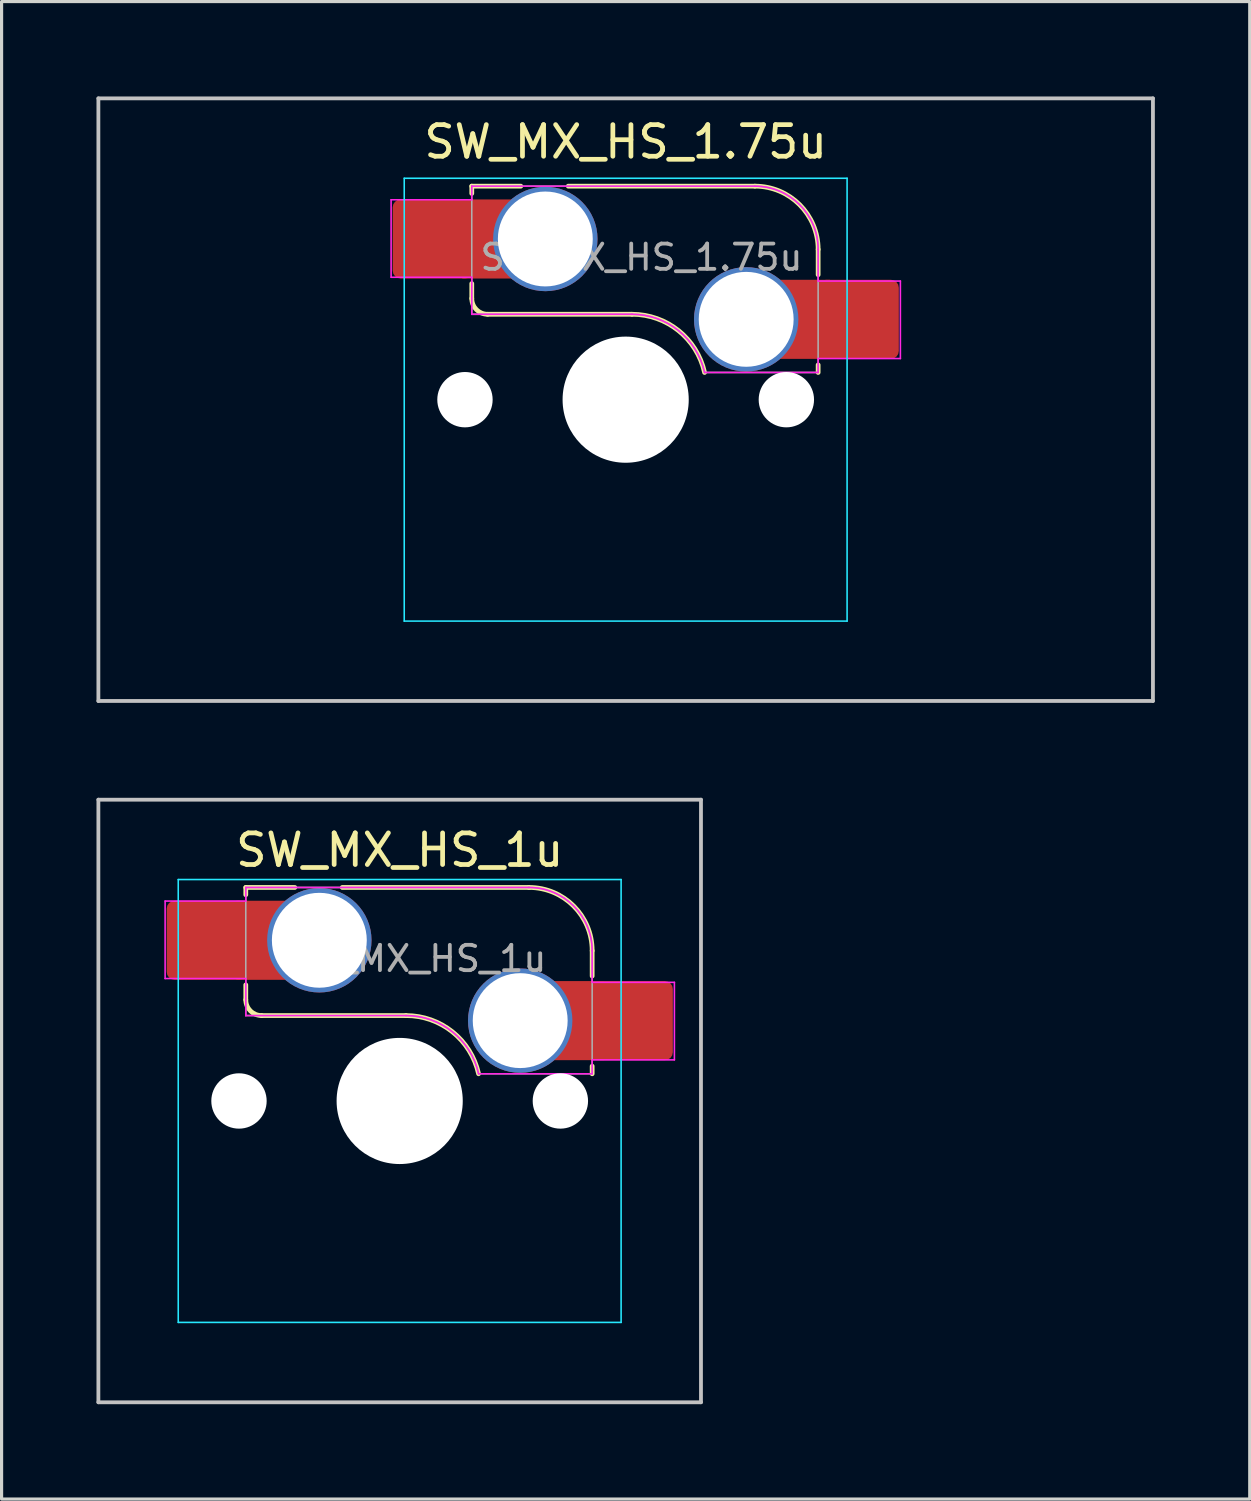
<source format=kicad_pcb>
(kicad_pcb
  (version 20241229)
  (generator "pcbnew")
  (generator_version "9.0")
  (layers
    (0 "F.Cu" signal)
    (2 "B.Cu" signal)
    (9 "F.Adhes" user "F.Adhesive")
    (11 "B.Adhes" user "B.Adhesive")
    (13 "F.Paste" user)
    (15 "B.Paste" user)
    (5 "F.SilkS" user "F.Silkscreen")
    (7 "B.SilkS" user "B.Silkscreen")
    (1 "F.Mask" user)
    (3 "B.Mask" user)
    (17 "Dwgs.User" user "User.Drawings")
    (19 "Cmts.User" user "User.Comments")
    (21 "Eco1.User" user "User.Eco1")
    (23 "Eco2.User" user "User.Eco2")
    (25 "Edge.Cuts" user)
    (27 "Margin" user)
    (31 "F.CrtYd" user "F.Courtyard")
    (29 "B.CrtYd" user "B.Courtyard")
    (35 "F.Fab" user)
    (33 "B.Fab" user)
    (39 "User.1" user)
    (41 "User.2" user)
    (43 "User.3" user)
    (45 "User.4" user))
  (footprint "SW_MX_HS_1.75u"
    (layer "F.Cu")
    (at 16.729 9.585)
    (property "Reference" "SW_MX_HS_1.75u" (at 0 -8.15 0) (layer "F.SilkS") (effects (font (size 1 1) (thickness 0.15))))
    (attr smd)
    (fp_line (start -4.865 -6.75) (end -4.865 -6.52) (stroke (width 0.15) (type solid)) (layer "F.SilkS"))
    (fp_line (start -4.865 -3.67) (end -4.865 -3.2) (stroke (width 0.15) (type solid)) (layer "F.SilkS"))
    (fp_line (start -4.365 -2.7) (end 0.2 -2.7) (stroke (width 0.15) (type solid)) (layer "F.SilkS"))
    (fp_line (start -3.315 -6.75) (end -4.865 -6.75) (stroke (width 0.15) (type solid)) (layer "F.SilkS"))
    (fp_line (start 4.085 -6.75) (end -1.815 -6.75) (stroke (width 0.15) (type solid)) (layer "F.SilkS"))
    (fp_line (start 6.085 -3.95) (end 6.085 -4.75) (stroke (width 0.15) (type solid)) (layer "F.SilkS"))
    (fp_line (start 6.085 -1.1) (end 6.085 -0.86) (stroke (width 0.15) (type solid)) (layer "F.SilkS"))
    (fp_arc (start -4.364824 -2.70022) (mid -4.718377 -2.846667) (end -4.864824 -3.20022) (stroke (width 0.15) (type solid)) (layer "F.SilkS"))
    (fp_arc (start 0.2 -2.70022) (mid 1.670693 -2.183637) (end 2.494322 -0.86022) (stroke (width 0.15) (type solid)) (layer "F.SilkS"))
    (fp_arc (start 4.085176 -6.75022) (mid 5.49939 -6.164434) (end 6.085176 -4.75022) (stroke (width 0.15) (type solid)) (layer "F.SilkS"))
    (fp_line (start -16.669 -9.525) (end 16.669 -9.525) (stroke (width 0.12) (type solid)) (layer "Dwgs.User"))
    (fp_line (start -16.669 9.525) (end -16.669 -9.525) (stroke (width 0.12) (type solid)) (layer "Dwgs.User"))
    (fp_line (start 16.669 -9.525) (end 16.669 9.525) (stroke (width 0.12) (type solid)) (layer "Dwgs.User"))
    (fp_line (start 16.669 9.525) (end -16.669 9.525) (stroke (width 0.12) (type solid)) (layer "Dwgs.User"))
    (fp_line (start -7 -6.5) (end -7 6.5) (stroke (width 0.05) (type solid)) (layer "Eco2.User"))
    (fp_line (start -6.5 7) (end 6.5 7) (stroke (width 0.05) (type solid)) (layer "Eco2.User"))
    (fp_line (start 6.5 -7) (end -6.5 -7) (stroke (width 0.05) (type solid)) (layer "Eco2.User"))
    (fp_line (start 7 6.5) (end 7 -6.5) (stroke (width 0.05) (type solid)) (layer "Eco2.User"))
    (fp_arc (start -7 -6.5) (mid -6.853553 -6.853553) (end -6.5 -7) (stroke (width 0.05) (type solid)) (layer "Eco2.User"))
    (fp_arc (start -6.497236 6.998884) (mid -6.850789 6.852437) (end -6.997236 6.498884) (stroke (width 0.05) (type solid)) (layer "Eco2.User"))
    (fp_arc (start 6.5 -7) (mid 6.853553 -6.853553) (end 7 -6.5) (stroke (width 0.05) (type solid)) (layer "Eco2.User"))
    (fp_arc (start 7 6.5) (mid 6.853553 6.853553) (end 6.5 7) (stroke (width 0.05) (type solid)) (layer "Eco2.User"))
    (fp_line (start -7 -7) (end 7 -7) (stroke (width 0.05) (type solid)) (layer "B.CrtYd"))
    (fp_line (start -7 7) (end -7 -7) (stroke (width 0.05) (type solid)) (layer "B.CrtYd"))
    (fp_line (start 7 -7) (end 7 7) (stroke (width 0.05) (type solid)) (layer "B.CrtYd"))
    (fp_line (start 7 7) (end -7 7) (stroke (width 0.05) (type solid)) (layer "B.CrtYd"))
    (fp_line (start -7.415 -6.32) (end -4.865 -6.32) (stroke (width 0.05) (type solid)) (layer "F.CrtYd"))
    (fp_line (start -7.415 -3.87) (end -7.415 -6.32) (stroke (width 0.05) (type solid)) (layer "F.CrtYd"))
    (fp_line (start -4.865 -6.75) (end -4.865 -6.32) (stroke (width 0.05) (type solid)) (layer "F.CrtYd"))
    (fp_line (start -4.865 -3.87) (end -7.415 -3.87) (stroke (width 0.05) (type solid)) (layer "F.CrtYd"))
    (fp_line (start -4.865 -3.87) (end -4.865 -2.7) (stroke (width 0.05) (type solid)) (layer "F.CrtYd"))
    (fp_line (start -4.865 -2.7) (end 0.2 -2.7) (stroke (width 0.05) (type solid)) (layer "F.CrtYd"))
    (fp_line (start 4.085 -6.75) (end -4.865 -6.75) (stroke (width 0.05) (type solid)) (layer "F.CrtYd"))
    (fp_line (start 6.085 -3.75) (end 6.085 -4.75) (stroke (width 0.05) (type solid)) (layer "F.CrtYd"))
    (fp_line (start 6.085 -3.75) (end 8.685 -3.75) (stroke (width 0.05) (type solid)) (layer "F.CrtYd"))
    (fp_line (start 6.085 -1.3) (end 6.085 -0.86) (stroke (width 0.05) (type solid)) (layer "F.CrtYd"))
    (fp_line (start 6.085 -0.86) (end 2.494 -0.86) (stroke (width 0.05) (type solid)) (layer "F.CrtYd"))
    (fp_line (start 8.685 -3.75) (end 8.685 -1.3) (stroke (width 0.05) (type solid)) (layer "F.CrtYd"))
    (fp_line (start 8.685 -1.3) (end 6.085 -1.3) (stroke (width 0.05) (type solid)) (layer "F.CrtYd"))
    (fp_arc (start 0.2 -2.70022) (mid 1.670503 -2.183399) (end 2.494322 -0.86022) (stroke (width 0.05) (type solid)) (layer "F.CrtYd"))
    (fp_arc (start 4.085176 -6.75022) (mid 5.49939 -6.164434) (end 6.085176 -4.75022) (stroke (width 0.05) (type solid)) (layer "F.CrtYd"))
    (fp_line (start -4.865 -6.75) (end -4.865 -2.7) (stroke (width 0.05) (type solid)) (layer "F.Fab"))
    (fp_line (start -4.865 -2.7) (end 0.2 -2.7) (stroke (width 0.05) (type solid)) (layer "F.Fab"))
    (fp_line (start 4.085 -6.75) (end -4.865 -6.75) (stroke (width 0.05) (type solid)) (layer "F.Fab"))
    (fp_line (start 6.085 -0.86) (end 2.494 -0.86) (stroke (width 0.05) (type solid)) (layer "F.Fab"))
    (fp_line (start 6.085 -0.86) (end 6.085 -4.75) (stroke (width 0.05) (type solid)) (layer "F.Fab"))
    (fp_arc (start 0.2 -2.70022) (mid 1.670503 -2.183399) (end 2.494322 -0.86022) (stroke (width 0.05) (type solid)) (layer "F.Fab"))
    (fp_arc (start 4.085176 -6.75022) (mid 5.49939 -6.164434) (end 6.085176 -4.75022) (stroke (width 0.05) (type solid)) (layer "F.Fab"))
    (fp_text user "${REFERENCE}" (at 0.5 -4.5 0) (layer "F.Fab") (effects (font (size 0.8 0.8) (thickness 0.12))))
    (pad "" np_thru_hole circle (at -5.08 0) (size 1.75 1.75) (drill 1.75) (layers "*.Cu" "*.Mask"))
    (pad "" np_thru_hole circle (at 0 0) (size 3.988 3.988) (drill 3.988) (layers "*.Cu" "*.Mask"))
    (pad "" np_thru_hole circle (at 5.08 0) (size 1.75 1.75) (drill 1.75) (layers "*.Cu" "*.Mask"))
    (pad "1" thru_hole circle (at 3.81 -2.54) (size 3.3 3.3) (drill 3) (layers "*.Cu" "*.Mask"))
    (pad "1" smd rect (at 5.635 -2.54 180) (size 1.65 2.5) (layers "F.Cu"))
    (pad "1" smd roundrect (at 7.36 -2.54) (size 2.55 2.5) (layers "F.Cu" "F.Mask" "F.Paste") (roundrect_rratio 0.1))
    (pad "2" smd roundrect (at -6.09 -5.08) (size 2.55 2.5) (layers "F.Cu" "F.Mask" "F.Paste") (roundrect_rratio 0.1))
    (pad "2" smd rect (at -4.34 -5.08) (size 1.65 2.5) (layers "F.Cu"))
    (pad "2" thru_hole circle (at -2.54 -5.08) (size 3.3 3.3) (drill 3) (layers "*.Cu" "*.Mask")))
  (footprint "SW_MX_HS_1u"
    (layer "F.Cu")
    (at 9.585 31.755)
    (property "Reference" "SW_MX_HS_1u" (at 0 -7.93 0) (layer "F.SilkS") (effects (font (size 1 1) (thickness 0.15))))
    (attr smd)
    (fp_line (start -4.865 -6.75) (end -4.865 -6.52) (stroke (width 0.15) (type solid)) (layer "F.SilkS"))
    (fp_line (start -4.865 -3.67) (end -4.865 -3.2) (stroke (width 0.15) (type solid)) (layer "F.SilkS"))
    (fp_line (start -4.365 -2.7) (end 0.2 -2.7) (stroke (width 0.15) (type solid)) (layer "F.SilkS"))
    (fp_line (start -3.315 -6.75) (end -4.865 -6.75) (stroke (width 0.15) (type solid)) (layer "F.SilkS"))
    (fp_line (start 4.085 -6.75) (end -1.815 -6.75) (stroke (width 0.15) (type solid)) (layer "F.SilkS"))
    (fp_line (start 6.085 -3.95) (end 6.085 -4.75) (stroke (width 0.15) (type solid)) (layer "F.SilkS"))
    (fp_line (start 6.085 -1.1) (end 6.085 -0.86) (stroke (width 0.15) (type solid)) (layer "F.SilkS"))
    (fp_arc (start -4.364824 -2.70022) (mid -4.718377 -2.846667) (end -4.864824 -3.20022) (stroke (width 0.15) (type solid)) (layer "F.SilkS"))
    (fp_arc (start 0.2 -2.70022) (mid 1.670693 -2.183637) (end 2.494322 -0.86022) (stroke (width 0.15) (type solid)) (layer "F.SilkS"))
    (fp_arc (start 4.085176 -6.75022) (mid 5.49939 -6.164434) (end 6.085176 -4.75022) (stroke (width 0.15) (type solid)) (layer "F.SilkS"))
    (fp_line (start -9.525 -9.525) (end 9.525 -9.525) (stroke (width 0.12) (type solid)) (layer "Dwgs.User"))
    (fp_line (start -9.525 9.525) (end -9.525 -9.525) (stroke (width 0.12) (type solid)) (layer "Dwgs.User"))
    (fp_line (start 9.525 -9.525) (end 9.525 9.525) (stroke (width 0.12) (type solid)) (layer "Dwgs.User"))
    (fp_line (start 9.525 9.525) (end -9.525 9.525) (stroke (width 0.12) (type solid)) (layer "Dwgs.User"))
    (fp_line (start -7 -6.5) (end -7 6.5) (stroke (width 0.05) (type solid)) (layer "Eco2.User"))
    (fp_line (start -6.5 7) (end 6.5 7) (stroke (width 0.05) (type solid)) (layer "Eco2.User"))
    (fp_line (start 6.5 -7) (end -6.5 -7) (stroke (width 0.05) (type solid)) (layer "Eco2.User"))
    (fp_line (start 7 6.5) (end 7 -6.5) (stroke (width 0.05) (type solid)) (layer "Eco2.User"))
    (fp_arc (start -7 -6.5) (mid -6.853553 -6.853553) (end -6.5 -7) (stroke (width 0.05) (type solid)) (layer "Eco2.User"))
    (fp_arc (start -6.497236 6.998884) (mid -6.850789 6.852437) (end -6.997236 6.498884) (stroke (width 0.05) (type solid)) (layer "Eco2.User"))
    (fp_arc (start 6.5 -7) (mid 6.853553 -6.853553) (end 7 -6.5) (stroke (width 0.05) (type solid)) (layer "Eco2.User"))
    (fp_arc (start 7 6.5) (mid 6.853553 6.853553) (end 6.5 7) (stroke (width 0.05) (type solid)) (layer "Eco2.User"))
    (fp_line (start -7 -7) (end 7 -7) (stroke (width 0.05) (type solid)) (layer "B.CrtYd"))
    (fp_line (start -7 7) (end -7 -7) (stroke (width 0.05) (type solid)) (layer "B.CrtYd"))
    (fp_line (start 7 -7) (end 7 7) (stroke (width 0.05) (type solid)) (layer "B.CrtYd"))
    (fp_line (start 7 7) (end -7 7) (stroke (width 0.05) (type solid)) (layer "B.CrtYd"))
    (fp_line (start -7.415 -6.32) (end -4.865 -6.32) (stroke (width 0.05) (type solid)) (layer "F.CrtYd"))
    (fp_line (start -7.415 -3.87) (end -7.415 -6.32) (stroke (width 0.05) (type solid)) (layer "F.CrtYd"))
    (fp_line (start -4.865 -6.75) (end -4.865 -6.32) (stroke (width 0.05) (type solid)) (layer "F.CrtYd"))
    (fp_line (start -4.865 -3.87) (end -7.415 -3.87) (stroke (width 0.05) (type solid)) (layer "F.CrtYd"))
    (fp_line (start -4.865 -3.87) (end -4.865 -2.7) (stroke (width 0.05) (type solid)) (layer "F.CrtYd"))
    (fp_line (start -4.865 -2.7) (end 0.2 -2.7) (stroke (width 0.05) (type solid)) (layer "F.CrtYd"))
    (fp_line (start 4.085 -6.75) (end -4.865 -6.75) (stroke (width 0.05) (type solid)) (layer "F.CrtYd"))
    (fp_line (start 6.085 -3.75) (end 6.085 -4.75) (stroke (width 0.05) (type solid)) (layer "F.CrtYd"))
    (fp_line (start 6.085 -3.75) (end 8.685 -3.75) (stroke (width 0.05) (type solid)) (layer "F.CrtYd"))
    (fp_line (start 6.085 -1.3) (end 6.085 -0.86) (stroke (width 0.05) (type solid)) (layer "F.CrtYd"))
    (fp_line (start 6.085 -0.86) (end 2.494 -0.86) (stroke (width 0.05) (type solid)) (layer "F.CrtYd"))
    (fp_line (start 8.685 -3.75) (end 8.685 -1.3) (stroke (width 0.05) (type solid)) (layer "F.CrtYd"))
    (fp_line (start 8.685 -1.3) (end 6.085 -1.3) (stroke (width 0.05) (type solid)) (layer "F.CrtYd"))
    (fp_arc (start 0.2 -2.70022) (mid 1.670503 -2.183399) (end 2.494322 -0.86022) (stroke (width 0.05) (type solid)) (layer "F.CrtYd"))
    (fp_arc (start 4.085176 -6.75022) (mid 5.49939 -6.164434) (end 6.085176 -4.75022) (stroke (width 0.05) (type solid)) (layer "F.CrtYd"))
    (fp_line (start -4.865 -6.75) (end -4.865 -2.7) (stroke (width 0.05) (type solid)) (layer "F.Fab"))
    (fp_line (start -4.865 -2.7) (end 0.2 -2.7) (stroke (width 0.05) (type solid)) (layer "F.Fab"))
    (fp_line (start 4.085 -6.75) (end -4.865 -6.75) (stroke (width 0.05) (type solid)) (layer "F.Fab"))
    (fp_line (start 6.085 -0.86) (end 2.494 -0.86) (stroke (width 0.05) (type solid)) (layer "F.Fab"))
    (fp_line (start 6.085 -0.86) (end 6.085 -4.75) (stroke (width 0.05) (type solid)) (layer "F.Fab"))
    (fp_arc (start 0.2 -2.70022) (mid 1.670503 -2.183399) (end 2.494322 -0.86022) (stroke (width 0.05) (type solid)) (layer "F.Fab"))
    (fp_arc (start 4.085176 -6.75022) (mid 5.49939 -6.164434) (end 6.085176 -4.75022) (stroke (width 0.05) (type solid)) (layer "F.Fab"))
    (fp_text user "${REFERENCE}" (at 0.5 -4.5 0) (layer "F.Fab") (effects (font (size 0.8 0.8) (thickness 0.12))))
    (pad "" np_thru_hole circle (at -5.08 0) (size 1.75 1.75) (drill 1.75) (layers "*.Cu" "*.Mask"))
    (pad "" np_thru_hole circle (at 0 0) (size 3.988 3.988) (drill 3.988) (layers "*.Cu" "*.Mask"))
    (pad "" np_thru_hole circle (at 5.08 0) (size 1.75 1.75) (drill 1.75) (layers "*.Cu" "*.Mask"))
    (pad "1" thru_hole circle (at 3.81 -2.54) (size 3.3 3.3) (drill 3) (layers "*.Cu" "*.Mask"))
    (pad "1" smd rect (at 5.635 -2.54 180) (size 1.65 2.5) (layers "F.Cu"))
    (pad "1" smd roundrect (at 7.36 -2.54) (size 2.55 2.5) (layers "F.Cu" "F.Mask" "F.Paste") (roundrect_rratio 0.1))
    (pad "2" smd roundrect (at -6.09 -5.08) (size 2.55 2.5) (layers "F.Cu" "F.Mask" "F.Paste") (roundrect_rratio 0.1))
    (pad "2" smd rect (at -4.34 -5.08) (size 1.65 2.5) (layers "F.Cu"))
    (pad "2" thru_hole circle (at -2.54 -5.08) (size 3.3 3.3) (drill 3) (layers "*.Cu" "*.Mask")))
  (gr_rect
    (start -3 -3)
    (end 36.458 44.34)
    (stroke (width 0.1) (type default))
    (fill no)
    (layer "Edge.Cuts")))
</source>
